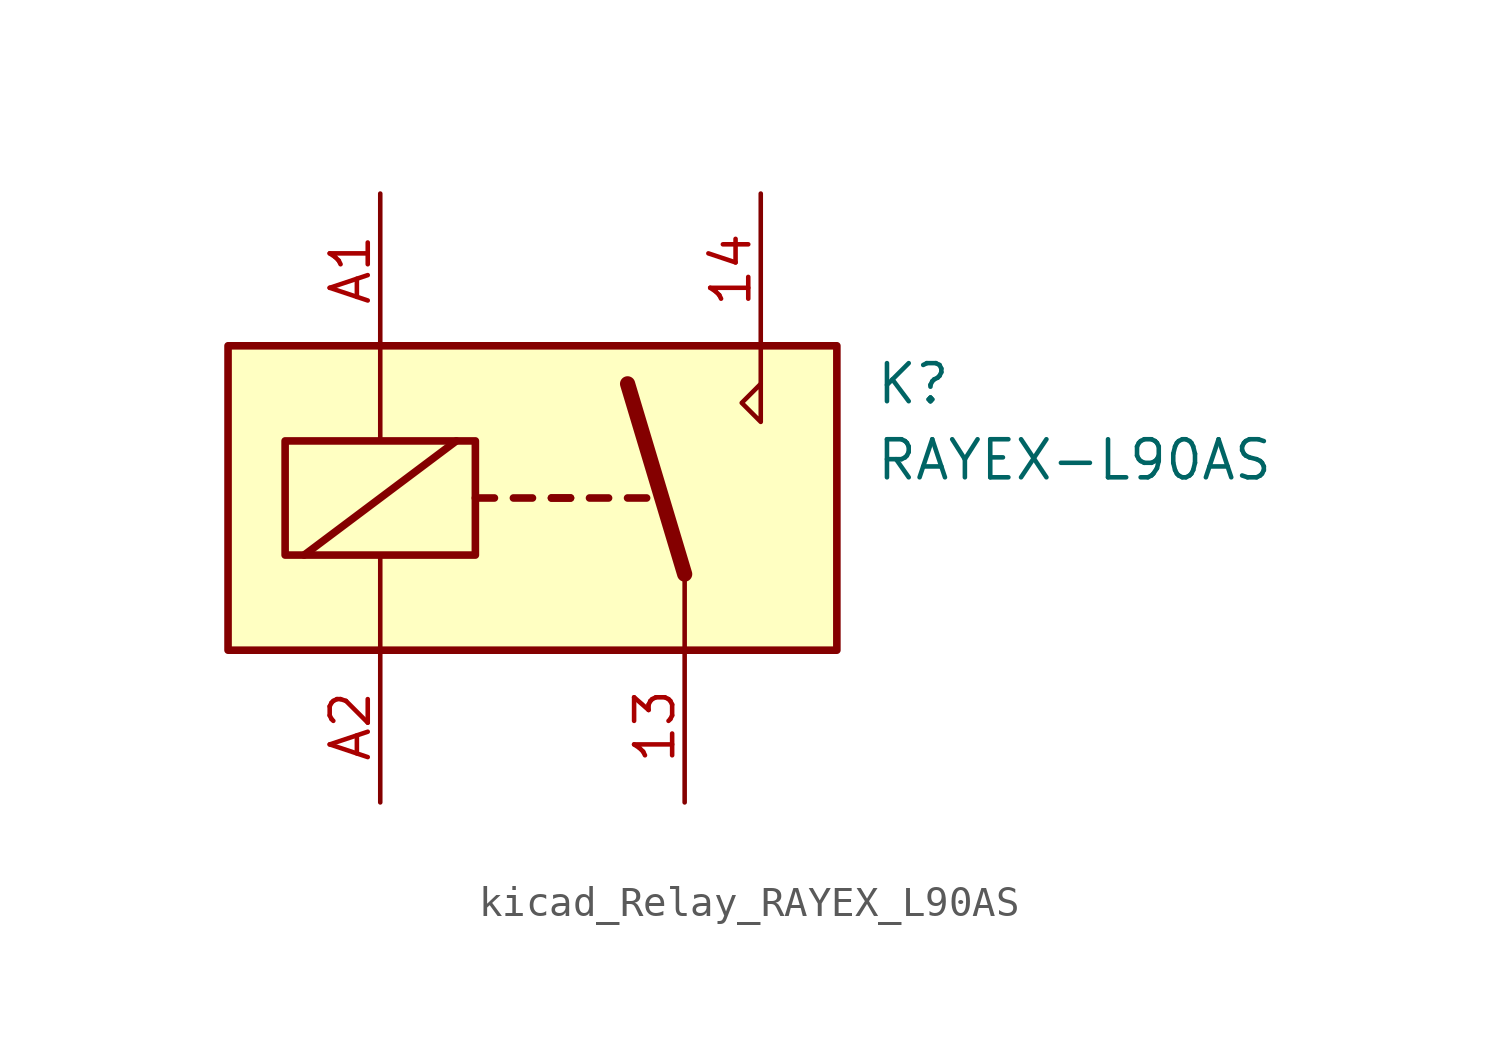
<source format=kicad_sym>
(kicad_symbol_lib
  (version 20220914)
  (generator kicad_symbol_editor)
  (symbol "kicad_Relay_RAYEX_L90AS"
    (property "Reference" "K"
      (at 11.43 3.81 0)
      (effects (font (size 1.27 1.27)) (justify left)))
    (property "Value" "RAYEX-L90AS"
      (at 11.43 1.27 0)
      (effects (font (size 1.27 1.27)) (justify left)))
    (symbol "kicad_Relay_RAYEX_L90AS_1_0"
      (polyline (pts (xy 7.62 3.81) (xy 7.62 5.08)) (stroke (width 0) (type default)) (fill (type none)))
      (polyline (pts (xy 7.62 3.81) (xy 7.62 2.54) (xy 6.985 3.175) (xy 7.62 3.81)) (stroke (width 0) (type default)) (fill (type none))))
    (symbol "kicad_Relay_RAYEX_L90AS_1_1"
      (rectangle (start -10.16 5.08) (end 10.16 -5.08) (stroke (width 0.254) (type default)) (fill (type background)))
      (rectangle (start -8.255 1.905) (end -1.905 -1.905) (stroke (width 0.254) (type default)) (fill (type none)))
      (polyline (pts (xy -7.62 -1.905) (xy -2.54 1.905)) (stroke (width 0.254) (type default)) (fill (type none)))
      (polyline (pts (xy -5.08 -5.08) (xy -5.08 -1.905)) (stroke (width 0) (type default)) (fill (type none)))
      (polyline (pts (xy -5.08 5.08) (xy -5.08 1.905)) (stroke (width 0) (type default)) (fill (type none)))
      (polyline (pts (xy -1.905 0) (xy -1.27 0)) (stroke (width 0.254) (type default)) (fill (type none)))
      (polyline (pts (xy -0.635 0) (xy 0 0)) (stroke (width 0.254) (type default)) (fill (type none)))
      (polyline (pts (xy 0.635 0) (xy 1.27 0)) (stroke (width 0.254) (type default)) (fill (type none)))
      (polyline (pts (xy 0.635 0) (xy 1.27 0)) (stroke (width 0.254) (type default)) (fill (type none)))
      (polyline (pts (xy 1.905 0) (xy 2.54 0)) (stroke (width 0.254) (type default)) (fill (type none)))
      (polyline (pts (xy 3.175 0) (xy 3.81 0)) (stroke (width 0.254) (type default)) (fill (type none)))
      (polyline (pts (xy 5.08 -2.54) (xy 3.175 3.81)) (stroke (width 0.508) (type default)) (fill (type none)))
      (polyline (pts (xy 5.08 -2.54) (xy 5.08 -5.08)) (stroke (width 0) (type default)) (fill (type none)))
      (pin passive line (at 5.08 -10.16 90) (length 5.08) (name "~" (effects (font (size 1.27 1.27)))) (number "13" (effects (font (size 1.27 1.27)))))
      (pin passive line (at 7.62 10.16 270) (length 5.08) (name "~" (effects (font (size 1.27 1.27)))) (number "14" (effects (font (size 1.27 1.27)))))
      (pin passive line (at -5.08 10.16 270) (length 5.08) (name "~" (effects (font (size 1.27 1.27)))) (number "A1" (effects (font (size 1.27 1.27)))))
      (pin passive line (at -5.08 -10.16 90) (length 5.08) (name "~" (effects (font (size 1.27 1.27)))) (number "A2" (effects (font (size 1.27 1.27))))))))
</source>
